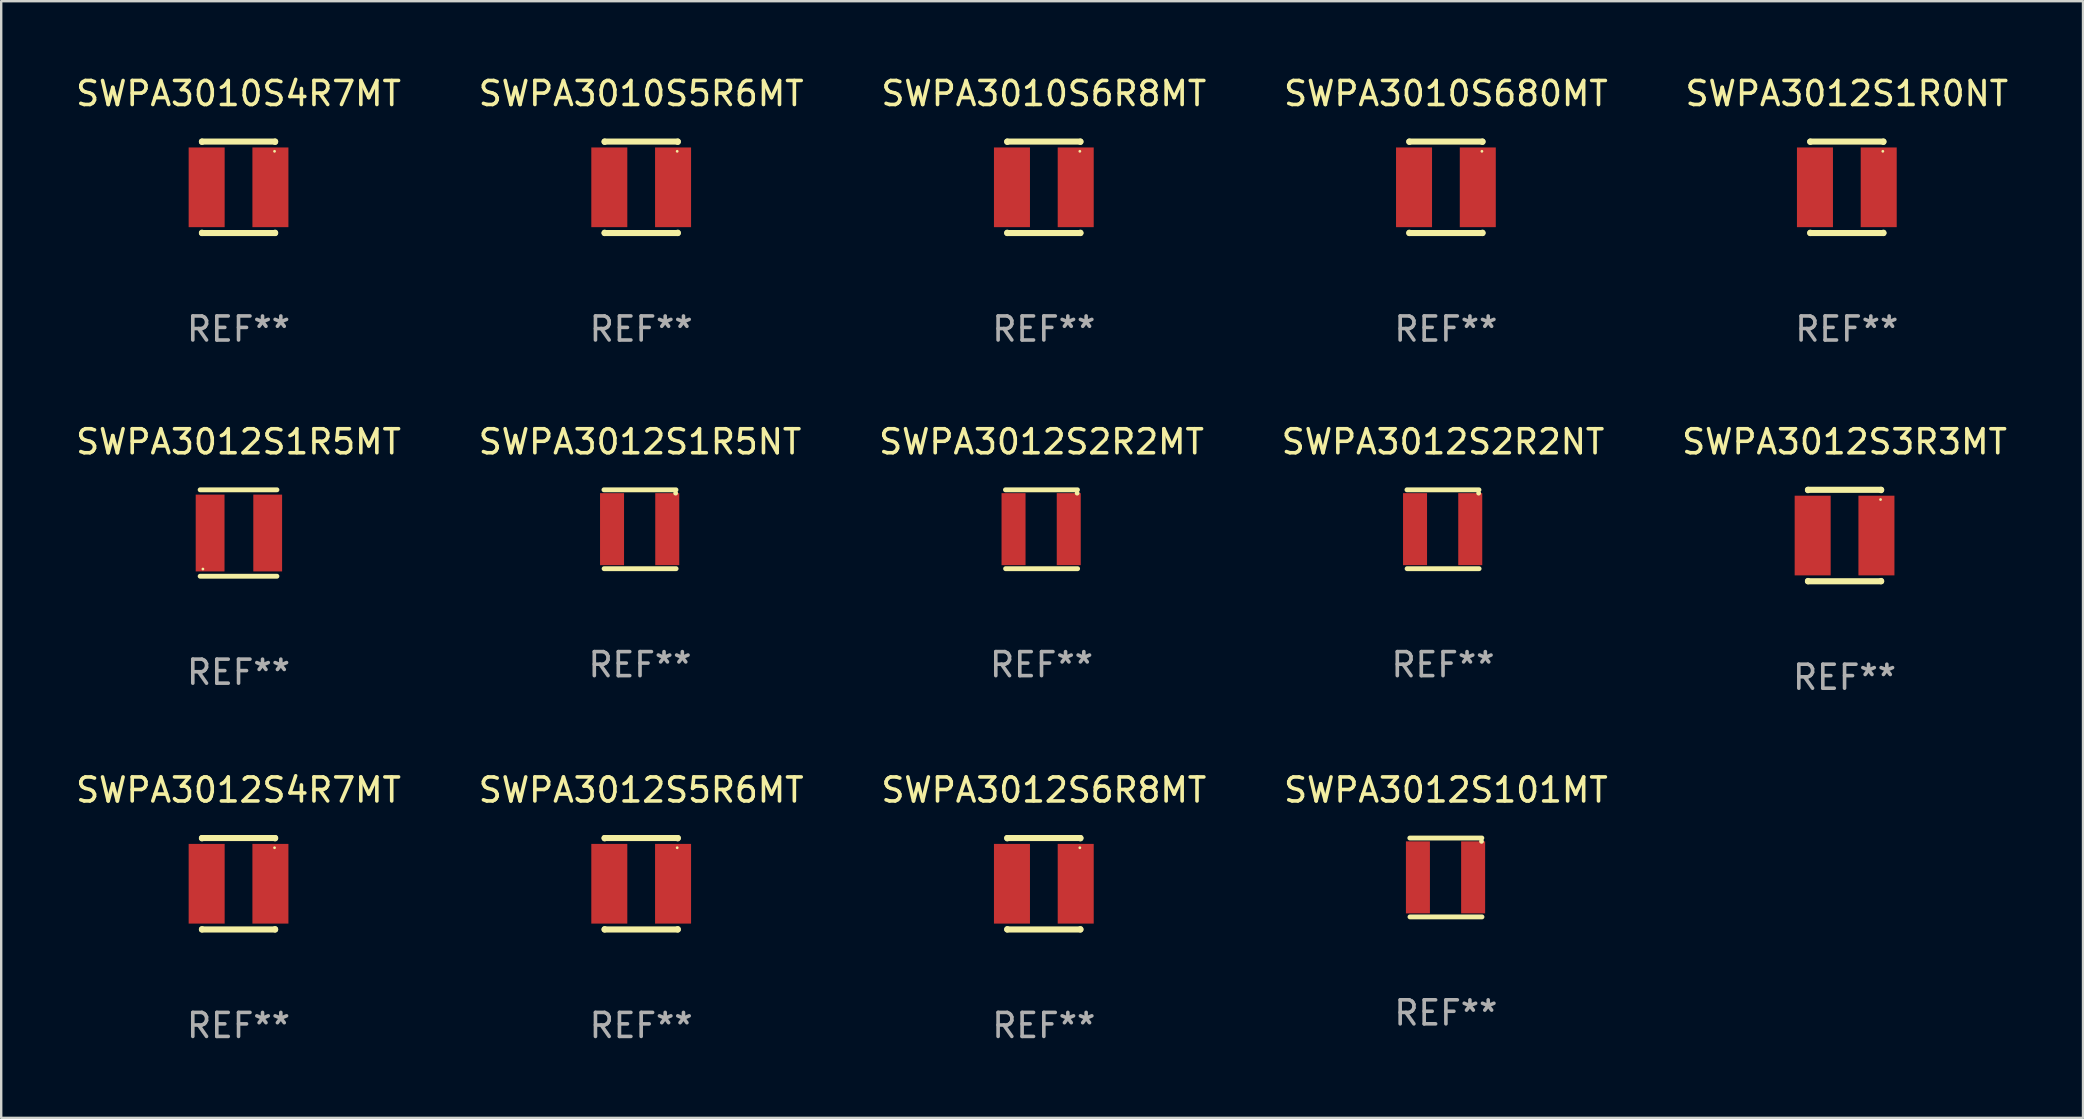
<source format=kicad_pcb>
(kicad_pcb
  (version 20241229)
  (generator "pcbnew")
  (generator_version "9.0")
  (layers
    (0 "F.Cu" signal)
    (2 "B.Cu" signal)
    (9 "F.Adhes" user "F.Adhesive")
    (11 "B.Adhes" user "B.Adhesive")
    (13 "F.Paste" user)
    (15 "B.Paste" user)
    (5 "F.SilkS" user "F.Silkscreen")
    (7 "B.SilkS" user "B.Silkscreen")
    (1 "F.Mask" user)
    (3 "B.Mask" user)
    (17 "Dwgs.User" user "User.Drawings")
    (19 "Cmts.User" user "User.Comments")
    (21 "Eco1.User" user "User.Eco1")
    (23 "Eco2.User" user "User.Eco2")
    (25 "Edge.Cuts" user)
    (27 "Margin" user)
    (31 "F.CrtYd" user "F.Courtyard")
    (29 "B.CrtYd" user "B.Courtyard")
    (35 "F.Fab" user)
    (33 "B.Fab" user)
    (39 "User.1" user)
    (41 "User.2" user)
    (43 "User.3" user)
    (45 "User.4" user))
  (footprint "SWPA3012S3R3MT"
    (layer "F.Cu")
    (at 73.792 19.26)
    (property "Reference" "SWPA3012S3R3MT" (at 0 -3.905 0) (layer "F.SilkS") (effects (font (size 1 1) (thickness 0.15))))
    (attr through_hole)
    (fp_line (start -1.524 -1.905) (end 1.524 -1.905) (stroke (width 0.254) (type solid)) (layer "F.SilkS"))
    (fp_line (start -1.524 -1.891) (end -1.524 -1.905) (stroke (width 0.254) (type solid)) (layer "F.SilkS"))
    (fp_line (start -1.524 1.905) (end -1.524 1.891) (stroke (width 0.254) (type solid)) (layer "F.SilkS"))
    (fp_line (start -1.524 1.905) (end 1.524 1.905) (stroke (width 0.254) (type solid)) (layer "F.SilkS"))
    (fp_line (start 1.524 -1.905) (end 1.524 -1.891) (stroke (width 0.254) (type solid)) (layer "F.SilkS"))
    (fp_line (start 1.524 1.891) (end 1.524 1.905) (stroke (width 0.254) (type solid)) (layer "F.SilkS"))
    (fp_circle (center 1.5 -1.5) (end 1.53 -1.5) (stroke (width 0.06) (type solid)) (fill no) (layer "F.SilkS"))
    (fp_text user "REF**" (at 0 5.905 0) (layer "F.Fab") (effects (font (size 1 1) (thickness 0.15))))
    (pad "1" smd rect (at 1.328 0) (size 1.5 3.32) (layers "F.Cu" "F.Mask" "F.Paste"))
    (pad "2" smd rect (at -1.328 0) (size 1.5 3.32) (layers "F.Cu" "F.Mask" "F.Paste")))
  (footprint "SWPA3012S1R5NT"
    (layer "F.Cu")
    (at 23.613 18.998)
    (property "Reference" "SWPA3012S1R5NT" (at 0 -3.643 0) (layer "F.SilkS") (effects (font (size 1 1) (thickness 0.15))))
    (attr through_hole)
    (fp_line (start -1.503 -1.643) (end 1.497 -1.643) (stroke (width 0.203) (type solid)) (layer "F.SilkS"))
    (fp_line (start -1.497 1.643) (end 1.503 1.643) (stroke (width 0.203) (type solid)) (layer "F.SilkS"))
    (fp_circle (center 1.484 -1.504) (end 1.534 -1.504) (stroke (width 0.1) (type solid)) (fill no) (layer "F.SilkS"))
    (fp_text user "REF**" (at 0 5.643 0) (layer "F.Fab") (effects (font (size 1 1) (thickness 0.15))))
    (pad "1" smd rect (at 1.134 -0.004 180) (size 1 3) (layers "F.Cu" "F.Mask" "F.Paste"))
    (pad "2" smd rect (at -1.166 -0.004 180) (size 1 3) (layers "F.Cu" "F.Mask" "F.Paste")))
  (footprint "SWPA3012S1R5MT"
    (layer "F.Cu")
    (at 6.887 19.155)
    (property "Reference" "SWPA3012S1R5MT" (at 0 -3.8 0) (layer "F.SilkS") (effects (font (size 1 1) (thickness 0.15))))
    (attr through_hole)
    (fp_line (start -1.6 -1.8) (end 1.6 -1.8) (stroke (width 0.203) (type solid)) (layer "F.SilkS"))
    (fp_line (start -1.6 1.8) (end 1.6 1.8) (stroke (width 0.203) (type solid)) (layer "F.SilkS"))
    (fp_circle (center -1.484 1.5) (end -1.454 1.5) (stroke (width 0.06) (type solid)) (fill no) (layer "F.SilkS"))
    (fp_text user "REF**" (at 0 5.8 0) (layer "F.Fab") (effects (font (size 1 1) (thickness 0.15))))
    (pad "1" smd rect (at -1.184 0 180) (size 1.2 3.2) (layers "F.Cu" "F.Mask" "F.Paste"))
    (pad "2" smd rect (at 1.215 0 180) (size 1.2 3.2) (layers "F.Cu" "F.Mask" "F.Paste")))
  (footprint "SWPA3010S680MT"
    (layer "F.Cu")
    (at 57.185 4.753)
    (property "Reference" "SWPA3010S680MT" (at 0 -3.905 0) (layer "F.SilkS") (effects (font (size 1 1) (thickness 0.15))))
    (attr through_hole)
    (fp_line (start -1.524 -1.905) (end 1.524 -1.905) (stroke (width 0.254) (type solid)) (layer "F.SilkS"))
    (fp_line (start -1.524 -1.891) (end -1.524 -1.905) (stroke (width 0.254) (type solid)) (layer "F.SilkS"))
    (fp_line (start -1.524 1.905) (end -1.524 1.891) (stroke (width 0.254) (type solid)) (layer "F.SilkS"))
    (fp_line (start -1.524 1.905) (end 1.524 1.905) (stroke (width 0.254) (type solid)) (layer "F.SilkS"))
    (fp_line (start 1.524 -1.905) (end 1.524 -1.891) (stroke (width 0.254) (type solid)) (layer "F.SilkS"))
    (fp_line (start 1.524 1.891) (end 1.524 1.905) (stroke (width 0.254) (type solid)) (layer "F.SilkS"))
    (fp_circle (center 1.5 -1.5) (end 1.53 -1.5) (stroke (width 0.06) (type solid)) (fill no) (layer "F.SilkS"))
    (fp_text user "REF**" (at 0 5.905 0) (layer "F.Fab") (effects (font (size 1 1) (thickness 0.15))))
    (pad "1" smd rect (at 1.328 0) (size 1.5 3.32) (layers "F.Cu" "F.Mask" "F.Paste"))
    (pad "2" smd rect (at -1.328 0) (size 1.5 3.32) (layers "F.Cu" "F.Mask" "F.Paste")))
  (footprint "SWPA3012S2R2MT"
    (layer "F.Cu")
    (at 40.339 18.998)
    (property "Reference" "SWPA3012S2R2MT" (at 0 -3.643 0) (layer "F.SilkS") (effects (font (size 1 1) (thickness 0.15))))
    (attr through_hole)
    (fp_line (start -1.503 -1.643) (end 1.497 -1.643) (stroke (width 0.203) (type solid)) (layer "F.SilkS"))
    (fp_line (start -1.497 1.643) (end 1.503 1.643) (stroke (width 0.203) (type solid)) (layer "F.SilkS"))
    (fp_circle (center 1.484 -1.504) (end 1.534 -1.504) (stroke (width 0.1) (type solid)) (fill no) (layer "F.SilkS"))
    (fp_text user "REF**" (at 0 5.643 0) (layer "F.Fab") (effects (font (size 1 1) (thickness 0.15))))
    (pad "1" smd rect (at 1.134 -0.004 180) (size 1 3) (layers "F.Cu" "F.Mask" "F.Paste"))
    (pad "2" smd rect (at -1.166 -0.004 180) (size 1 3) (layers "F.Cu" "F.Mask" "F.Paste")))
  (footprint "SWPA3010S4R7MT"
    (layer "F.Cu")
    (at 6.887 4.753)
    (property "Reference" "SWPA3010S4R7MT" (at 0 -3.905 0) (layer "F.SilkS") (effects (font (size 1 1) (thickness 0.15))))
    (attr through_hole)
    (fp_line (start -1.524 -1.905) (end 1.524 -1.905) (stroke (width 0.254) (type solid)) (layer "F.SilkS"))
    (fp_line (start -1.524 -1.891) (end -1.524 -1.905) (stroke (width 0.254) (type solid)) (layer "F.SilkS"))
    (fp_line (start -1.524 1.905) (end -1.524 1.891) (stroke (width 0.254) (type solid)) (layer "F.SilkS"))
    (fp_line (start -1.524 1.905) (end 1.524 1.905) (stroke (width 0.254) (type solid)) (layer "F.SilkS"))
    (fp_line (start 1.524 -1.905) (end 1.524 -1.891) (stroke (width 0.254) (type solid)) (layer "F.SilkS"))
    (fp_line (start 1.524 1.891) (end 1.524 1.905) (stroke (width 0.254) (type solid)) (layer "F.SilkS"))
    (fp_circle (center 1.5 -1.5) (end 1.53 -1.5) (stroke (width 0.06) (type solid)) (fill no) (layer "F.SilkS"))
    (fp_text user "REF**" (at 0 5.905 0) (layer "F.Fab") (effects (font (size 1 1) (thickness 0.15))))
    (pad "1" smd rect (at 1.328 0) (size 1.5 3.32) (layers "F.Cu" "F.Mask" "F.Paste"))
    (pad "2" smd rect (at -1.328 0) (size 1.5 3.32) (layers "F.Cu" "F.Mask" "F.Paste")))
  (footprint "SWPA3012S101MT"
    (layer "F.Cu")
    (at 57.185 33.504)
    (property "Reference" "SWPA3012S101MT" (at 0 -3.643 0) (layer "F.SilkS") (effects (font (size 1 1) (thickness 0.15))))
    (attr through_hole)
    (fp_line (start -1.503 -1.643) (end 1.497 -1.643) (stroke (width 0.203) (type solid)) (layer "F.SilkS"))
    (fp_line (start -1.497 1.643) (end 1.503 1.643) (stroke (width 0.203) (type solid)) (layer "F.SilkS"))
    (fp_circle (center 1.484 -1.504) (end 1.534 -1.504) (stroke (width 0.1) (type solid)) (fill no) (layer "F.SilkS"))
    (fp_text user "REF**" (at 0 5.643 0) (layer "F.Fab") (effects (font (size 1 1) (thickness 0.15))))
    (pad "1" smd rect (at 1.134 -0.004 180) (size 1 3) (layers "F.Cu" "F.Mask" "F.Paste"))
    (pad "2" smd rect (at -1.166 -0.004 180) (size 1 3) (layers "F.Cu" "F.Mask" "F.Paste")))
  (footprint "SWPA3010S6R8MT"
    (layer "F.Cu")
    (at 40.435 4.753)
    (property "Reference" "SWPA3010S6R8MT" (at 0 -3.905 0) (layer "F.SilkS") (effects (font (size 1 1) (thickness 0.15))))
    (attr through_hole)
    (fp_line (start -1.524 -1.905) (end 1.524 -1.905) (stroke (width 0.254) (type solid)) (layer "F.SilkS"))
    (fp_line (start -1.524 -1.891) (end -1.524 -1.905) (stroke (width 0.254) (type solid)) (layer "F.SilkS"))
    (fp_line (start -1.524 1.905) (end -1.524 1.891) (stroke (width 0.254) (type solid)) (layer "F.SilkS"))
    (fp_line (start -1.524 1.905) (end 1.524 1.905) (stroke (width 0.254) (type solid)) (layer "F.SilkS"))
    (fp_line (start 1.524 -1.905) (end 1.524 -1.891) (stroke (width 0.254) (type solid)) (layer "F.SilkS"))
    (fp_line (start 1.524 1.891) (end 1.524 1.905) (stroke (width 0.254) (type solid)) (layer "F.SilkS"))
    (fp_circle (center 1.5 -1.5) (end 1.53 -1.5) (stroke (width 0.06) (type solid)) (fill no) (layer "F.SilkS"))
    (fp_text user "REF**" (at 0 5.905 0) (layer "F.Fab") (effects (font (size 1 1) (thickness 0.15))))
    (pad "1" smd rect (at 1.328 0) (size 1.5 3.32) (layers "F.Cu" "F.Mask" "F.Paste"))
    (pad "2" smd rect (at -1.328 0) (size 1.5 3.32) (layers "F.Cu" "F.Mask" "F.Paste")))
  (footprint "SWPA3010S5R6MT"
    (layer "F.Cu")
    (at 23.661 4.753)
    (property "Reference" "SWPA3010S5R6MT" (at 0 -3.905 0) (layer "F.SilkS") (effects (font (size 1 1) (thickness 0.15))))
    (attr through_hole)
    (fp_line (start -1.524 -1.905) (end 1.524 -1.905) (stroke (width 0.254) (type solid)) (layer "F.SilkS"))
    (fp_line (start -1.524 -1.891) (end -1.524 -1.905) (stroke (width 0.254) (type solid)) (layer "F.SilkS"))
    (fp_line (start -1.524 1.905) (end -1.524 1.891) (stroke (width 0.254) (type solid)) (layer "F.SilkS"))
    (fp_line (start -1.524 1.905) (end 1.524 1.905) (stroke (width 0.254) (type solid)) (layer "F.SilkS"))
    (fp_line (start 1.524 -1.905) (end 1.524 -1.891) (stroke (width 0.254) (type solid)) (layer "F.SilkS"))
    (fp_line (start 1.524 1.891) (end 1.524 1.905) (stroke (width 0.254) (type solid)) (layer "F.SilkS"))
    (fp_circle (center 1.5 -1.5) (end 1.53 -1.5) (stroke (width 0.06) (type solid)) (fill no) (layer "F.SilkS"))
    (fp_text user "REF**" (at 0 5.905 0) (layer "F.Fab") (effects (font (size 1 1) (thickness 0.15))))
    (pad "1" smd rect (at 1.328 0) (size 1.5 3.32) (layers "F.Cu" "F.Mask" "F.Paste"))
    (pad "2" smd rect (at -1.328 0) (size 1.5 3.32) (layers "F.Cu" "F.Mask" "F.Paste")))
  (footprint "SWPA3012S1R0NT"
    (layer "F.Cu")
    (at 73.887 4.753)
    (property "Reference" "SWPA3012S1R0NT" (at 0 -3.905 0) (layer "F.SilkS") (effects (font (size 1 1) (thickness 0.15))))
    (attr through_hole)
    (fp_line (start -1.524 -1.905) (end 1.524 -1.905) (stroke (width 0.254) (type solid)) (layer "F.SilkS"))
    (fp_line (start -1.524 -1.891) (end -1.524 -1.905) (stroke (width 0.254) (type solid)) (layer "F.SilkS"))
    (fp_line (start -1.524 1.905) (end -1.524 1.891) (stroke (width 0.254) (type solid)) (layer "F.SilkS"))
    (fp_line (start -1.524 1.905) (end 1.524 1.905) (stroke (width 0.254) (type solid)) (layer "F.SilkS"))
    (fp_line (start 1.524 -1.905) (end 1.524 -1.891) (stroke (width 0.254) (type solid)) (layer "F.SilkS"))
    (fp_line (start 1.524 1.891) (end 1.524 1.905) (stroke (width 0.254) (type solid)) (layer "F.SilkS"))
    (fp_circle (center 1.5 -1.5) (end 1.53 -1.5) (stroke (width 0.06) (type solid)) (fill no) (layer "F.SilkS"))
    (fp_text user "REF**" (at 0 5.905 0) (layer "F.Fab") (effects (font (size 1 1) (thickness 0.15))))
    (pad "1" smd rect (at 1.328 0) (size 1.5 3.32) (layers "F.Cu" "F.Mask" "F.Paste"))
    (pad "2" smd rect (at -1.328 0) (size 1.5 3.32) (layers "F.Cu" "F.Mask" "F.Paste")))
  (footprint "SWPA3012S6R8MT"
    (layer "F.Cu")
    (at 40.435 33.766)
    (property "Reference" "SWPA3012S6R8MT" (at 0 -3.905 0) (layer "F.SilkS") (effects (font (size 1 1) (thickness 0.15))))
    (attr through_hole)
    (fp_line (start -1.524 -1.905) (end 1.524 -1.905) (stroke (width 0.254) (type solid)) (layer "F.SilkS"))
    (fp_line (start -1.524 -1.891) (end -1.524 -1.905) (stroke (width 0.254) (type solid)) (layer "F.SilkS"))
    (fp_line (start -1.524 1.905) (end -1.524 1.891) (stroke (width 0.254) (type solid)) (layer "F.SilkS"))
    (fp_line (start -1.524 1.905) (end 1.524 1.905) (stroke (width 0.254) (type solid)) (layer "F.SilkS"))
    (fp_line (start 1.524 -1.905) (end 1.524 -1.891) (stroke (width 0.254) (type solid)) (layer "F.SilkS"))
    (fp_line (start 1.524 1.891) (end 1.524 1.905) (stroke (width 0.254) (type solid)) (layer "F.SilkS"))
    (fp_circle (center 1.5 -1.5) (end 1.53 -1.5) (stroke (width 0.06) (type solid)) (fill no) (layer "F.SilkS"))
    (fp_text user "REF**" (at 0 5.905 0) (layer "F.Fab") (effects (font (size 1 1) (thickness 0.15))))
    (pad "1" smd rect (at 1.328 0) (size 1.5 3.32) (layers "F.Cu" "F.Mask" "F.Paste"))
    (pad "2" smd rect (at -1.328 0) (size 1.5 3.32) (layers "F.Cu" "F.Mask" "F.Paste")))
  (footprint "SWPA3012S2R2NT"
    (layer "F.Cu")
    (at 57.065 18.998)
    (property "Reference" "SWPA3012S2R2NT" (at 0 -3.643 0) (layer "F.SilkS") (effects (font (size 1 1) (thickness 0.15))))
    (attr through_hole)
    (fp_line (start -1.503 -1.643) (end 1.497 -1.643) (stroke (width 0.203) (type solid)) (layer "F.SilkS"))
    (fp_line (start -1.497 1.643) (end 1.503 1.643) (stroke (width 0.203) (type solid)) (layer "F.SilkS"))
    (fp_circle (center 1.484 -1.504) (end 1.534 -1.504) (stroke (width 0.1) (type solid)) (fill no) (layer "F.SilkS"))
    (fp_text user "REF**" (at 0 5.643 0) (layer "F.Fab") (effects (font (size 1 1) (thickness 0.15))))
    (pad "1" smd rect (at 1.134 -0.004 180) (size 1 3) (layers "F.Cu" "F.Mask" "F.Paste"))
    (pad "2" smd rect (at -1.166 -0.004 180) (size 1 3) (layers "F.Cu" "F.Mask" "F.Paste")))
  (footprint "SWPA3012S4R7MT"
    (layer "F.Cu")
    (at 6.887 33.766)
    (property "Reference" "SWPA3012S4R7MT" (at 0 -3.905 0) (layer "F.SilkS") (effects (font (size 1 1) (thickness 0.15))))
    (attr through_hole)
    (fp_line (start -1.524 -1.905) (end 1.524 -1.905) (stroke (width 0.254) (type solid)) (layer "F.SilkS"))
    (fp_line (start -1.524 -1.891) (end -1.524 -1.905) (stroke (width 0.254) (type solid)) (layer "F.SilkS"))
    (fp_line (start -1.524 1.905) (end -1.524 1.891) (stroke (width 0.254) (type solid)) (layer "F.SilkS"))
    (fp_line (start -1.524 1.905) (end 1.524 1.905) (stroke (width 0.254) (type solid)) (layer "F.SilkS"))
    (fp_line (start 1.524 -1.905) (end 1.524 -1.891) (stroke (width 0.254) (type solid)) (layer "F.SilkS"))
    (fp_line (start 1.524 1.891) (end 1.524 1.905) (stroke (width 0.254) (type solid)) (layer "F.SilkS"))
    (fp_circle (center 1.5 -1.5) (end 1.53 -1.5) (stroke (width 0.06) (type solid)) (fill no) (layer "F.SilkS"))
    (fp_text user "REF**" (at 0 5.905 0) (layer "F.Fab") (effects (font (size 1 1) (thickness 0.15))))
    (pad "1" smd rect (at 1.328 0) (size 1.5 3.32) (layers "F.Cu" "F.Mask" "F.Paste"))
    (pad "2" smd rect (at -1.328 0) (size 1.5 3.32) (layers "F.Cu" "F.Mask" "F.Paste")))
  (footprint "SWPA3012S5R6MT"
    (layer "F.Cu")
    (at 23.661 33.766)
    (property "Reference" "SWPA3012S5R6MT" (at 0 -3.905 0) (layer "F.SilkS") (effects (font (size 1 1) (thickness 0.15))))
    (attr through_hole)
    (fp_line (start -1.524 -1.905) (end 1.524 -1.905) (stroke (width 0.254) (type solid)) (layer "F.SilkS"))
    (fp_line (start -1.524 -1.891) (end -1.524 -1.905) (stroke (width 0.254) (type solid)) (layer "F.SilkS"))
    (fp_line (start -1.524 1.905) (end -1.524 1.891) (stroke (width 0.254) (type solid)) (layer "F.SilkS"))
    (fp_line (start -1.524 1.905) (end 1.524 1.905) (stroke (width 0.254) (type solid)) (layer "F.SilkS"))
    (fp_line (start 1.524 -1.905) (end 1.524 -1.891) (stroke (width 0.254) (type solid)) (layer "F.SilkS"))
    (fp_line (start 1.524 1.891) (end 1.524 1.905) (stroke (width 0.254) (type solid)) (layer "F.SilkS"))
    (fp_circle (center 1.5 -1.5) (end 1.53 -1.5) (stroke (width 0.06) (type solid)) (fill no) (layer "F.SilkS"))
    (fp_text user "REF**" (at 0 5.905 0) (layer "F.Fab") (effects (font (size 1 1) (thickness 0.15))))
    (pad "1" smd rect (at 1.328 0) (size 1.5 3.32) (layers "F.Cu" "F.Mask" "F.Paste"))
    (pad "2" smd rect (at -1.328 0) (size 1.5 3.32) (layers "F.Cu" "F.Mask" "F.Paste")))
  (gr_rect
    (start -3 -3)
    (end 83.726 43.52)
    (stroke (width 0.1) (type default))
    (fill no)
    (layer "Edge.Cuts")))
</source>
